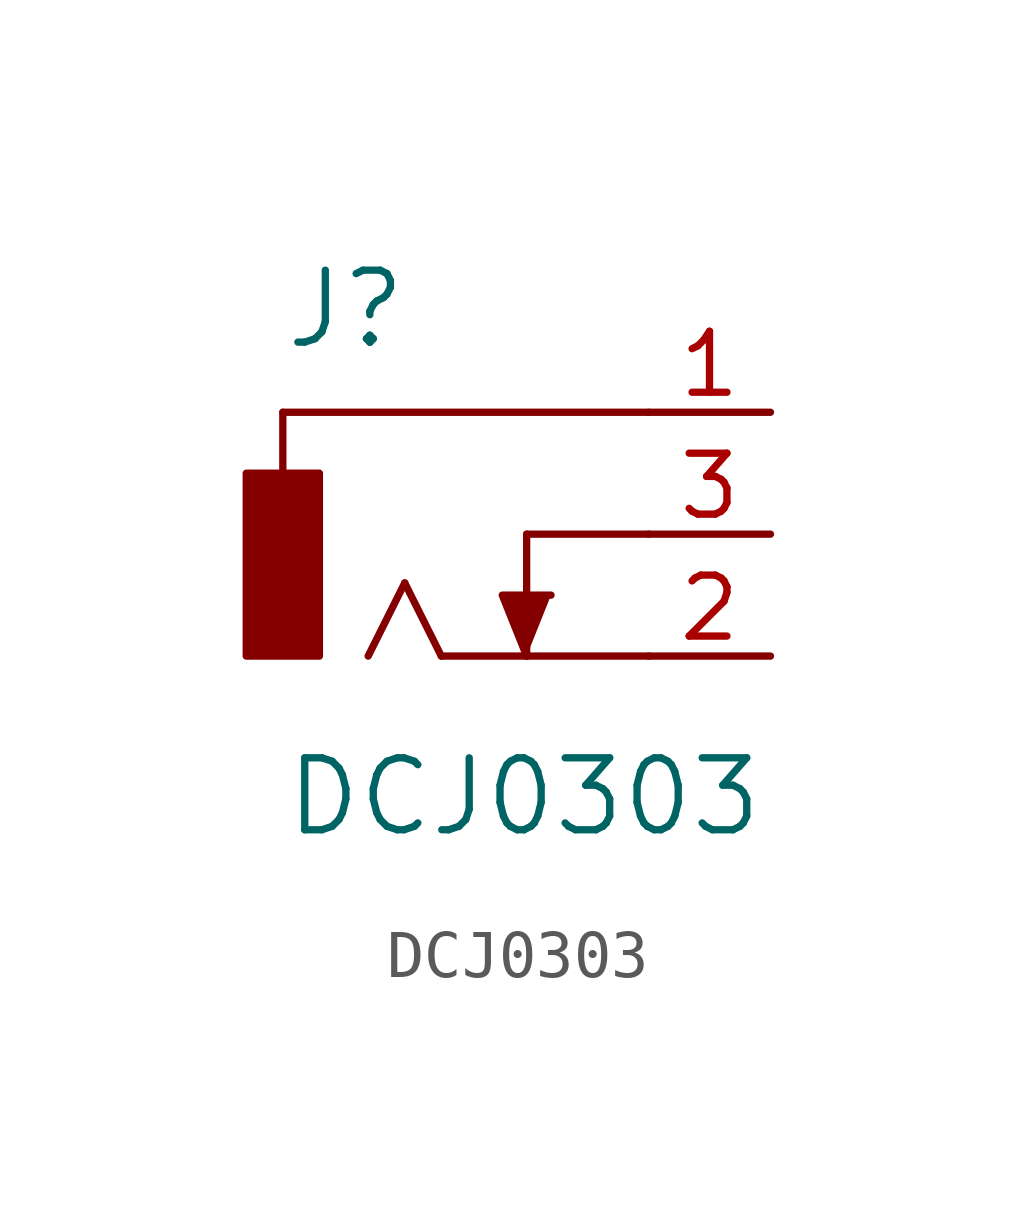
<source format=kicad_sym>
(kicad_symbol_lib
  (version 20211014)
  (generator kicad_symbol_editor)
  (symbol "DCJ0303"
    (pin_names
      (offset 1.016))
    (property "Reference" "J"
      (at -2.54 3.81 0)
      (effects (font (size 1.499 1.499)) (justify left bottom)))
    (property "Value" "DCJ0303"
      (at -2.54 -6.35 0)
      (effects (font (size 1.499 1.499)) (justify left bottom)))
    (property "ki_locked" ""
      (at 0 0 0)
      (effects (font (size 1.27 1.27))))
    (symbol "DCJ0303_1_0"
      (rectangle (start -3.302 -2.54) (end -1.778 1.27) (stroke (width 0) (type default) (color 0 0 0 0)) (fill (type outline)))
      (polyline (pts (xy -2.54 2.54) (xy -2.54 1.27)) (stroke (width 0) (type default) (color 0 0 0 0)) (fill (type none)))
      (polyline (pts (xy 0 -1.016) (xy -0.762 -2.54)) (stroke (width 0) (type default) (color 0 0 0 0)) (fill (type none)))
      (polyline (pts (xy 0.762 -2.54) (xy 0 -1.016)) (stroke (width 0) (type default) (color 0 0 0 0)) (fill (type none)))
      (polyline (pts (xy 2.54 -2.54) (xy 0.762 -2.54)) (stroke (width 0) (type default) (color 0 0 0 0)) (fill (type none)))
      (polyline (pts (xy 2.54 0) (xy 2.54 -2.54)) (stroke (width 0) (type default) (color 0 0 0 0)) (fill (type none)))
      (polyline (pts (xy 5.08 -2.54) (xy 2.54 -2.54)) (stroke (width 0) (type default) (color 0 0 0 0)) (fill (type none)))
      (polyline (pts (xy 5.08 0) (xy 2.54 0)) (stroke (width 0) (type default) (color 0 0 0 0)) (fill (type none)))
      (polyline (pts (xy 5.08 2.54) (xy -2.54 2.54)) (stroke (width 0) (type default) (color 0 0 0 0)) (fill (type none)))
      (polyline (pts (xy 2.54 -2.54) (xy 2.032 -1.27) (xy 3.048 -1.27)) (stroke (width 0) (type default) (color 0 0 0 0)) (fill (type outline)))
      (pin passive line (at 7.62 2.54 180) (length 2.54) (name "1" (effects (font (size 0 0)))) (number "1" (effects (font (size 1.27 1.27)))))
      (pin passive line (at 7.62 -2.54 180) (length 2.54) (name "2" (effects (font (size 0 0)))) (number "2" (effects (font (size 1.27 1.27)))))
      (pin passive line (at 7.62 0 180) (length 2.54) (name "3" (effects (font (size 0 0)))) (number "3" (effects (font (size 1.27 1.27))))))))
</source>
